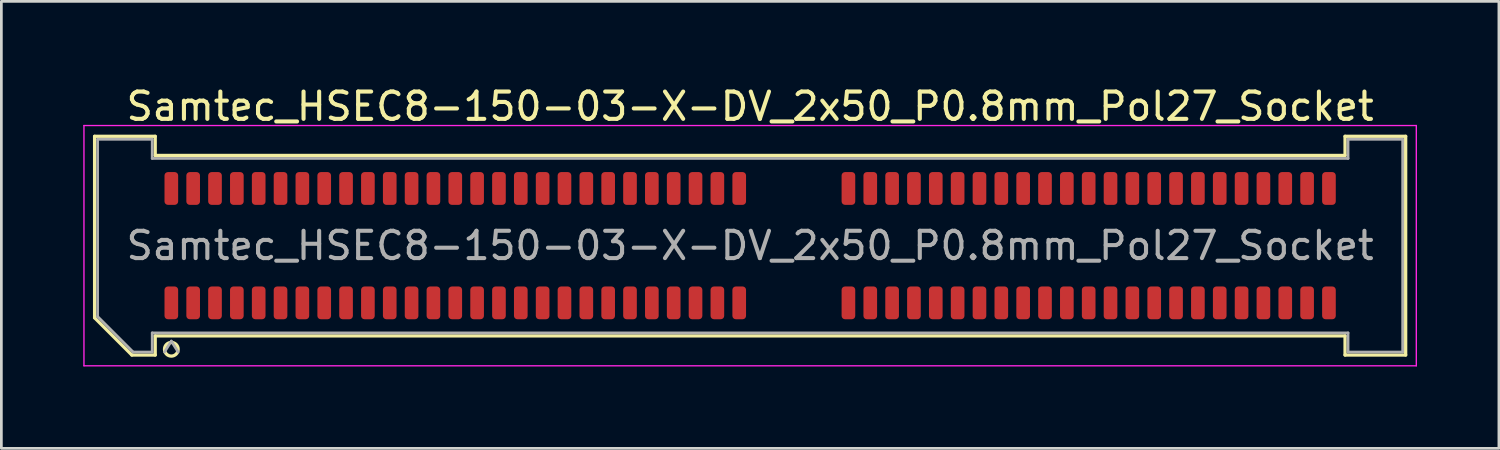
<source format=kicad_pcb>
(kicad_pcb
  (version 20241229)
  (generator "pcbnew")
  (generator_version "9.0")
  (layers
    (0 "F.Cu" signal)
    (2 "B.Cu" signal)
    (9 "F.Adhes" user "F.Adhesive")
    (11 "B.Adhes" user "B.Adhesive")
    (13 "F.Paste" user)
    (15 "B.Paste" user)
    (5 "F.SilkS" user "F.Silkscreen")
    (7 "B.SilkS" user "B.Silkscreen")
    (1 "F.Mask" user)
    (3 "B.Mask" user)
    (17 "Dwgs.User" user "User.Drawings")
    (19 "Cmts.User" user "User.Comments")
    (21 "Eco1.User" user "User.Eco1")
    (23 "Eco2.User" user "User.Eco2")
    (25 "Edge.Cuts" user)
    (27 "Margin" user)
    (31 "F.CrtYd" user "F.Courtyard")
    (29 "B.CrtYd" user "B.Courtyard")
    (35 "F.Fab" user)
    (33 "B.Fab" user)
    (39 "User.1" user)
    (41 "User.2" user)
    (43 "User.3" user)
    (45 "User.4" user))
  (footprint "Samtec_HSEC8-150-03-X-DV_2x50_P0.8mm_Pol27_Socket"
    (layer "F.Cu")
    (at 24.425 5.948)
    (property "Reference" "Samtec_HSEC8-150-03-X-DV_2x50_P0.8mm_Pol27_Socket" (at 0 -5.1 0) (layer "F.SilkS") (effects (font (size 1 1) (thickness 0.15))))
    (attr smd)
    (fp_line (start -24.01 -4.005) (end -21.79 -4.005) (stroke (width 0.12) (type solid)) (layer "F.SilkS"))
    (fp_line (start -24.01 2.641) (end -24.01 -4.005) (stroke (width 0.12) (type solid)) (layer "F.SilkS"))
    (fp_line (start -22.646 4.005) (end -24.01 2.641) (stroke (width 0.12) (type solid)) (layer "F.SilkS"))
    (fp_line (start -21.79 -4.005) (end -21.79 -3.305) (stroke (width 0.12) (type solid)) (layer "F.SilkS"))
    (fp_line (start -21.79 -3.305) (end 21.79 -3.305) (stroke (width 0.12) (type solid)) (layer "F.SilkS"))
    (fp_line (start -21.79 3.305) (end -21.79 4.005) (stroke (width 0.12) (type solid)) (layer "F.SilkS"))
    (fp_line (start -21.79 4.005) (end -22.646 4.005) (stroke (width 0.12) (type solid)) (layer "F.SilkS"))
    (fp_line (start 21.79 -4.005) (end 24.01 -4.005) (stroke (width 0.12) (type solid)) (layer "F.SilkS"))
    (fp_line (start 21.79 -3.305) (end 21.79 -4.005) (stroke (width 0.12) (type solid)) (layer "F.SilkS"))
    (fp_line (start 21.79 3.305) (end -21.79 3.305) (stroke (width 0.12) (type solid)) (layer "F.SilkS"))
    (fp_line (start 21.79 4.005) (end 21.79 3.305) (stroke (width 0.12) (type solid)) (layer "F.SilkS"))
    (fp_line (start 24.01 -4.005) (end 24.01 4.005) (stroke (width 0.12) (type solid)) (layer "F.SilkS"))
    (fp_line (start 24.01 4.005) (end 21.79 4.005) (stroke (width 0.12) (type solid)) (layer "F.SilkS"))
    (fp_arc (start -20.95 3.795) (mid -21.45 3.795) (end -20.95 3.795) (stroke (width 0.12) (type solid)) (layer "F.SilkS"))
    (fp_line (start -24.4 -4.4) (end -24.4 4.4) (stroke (width 0.05) (type solid)) (layer "F.CrtYd"))
    (fp_line (start -24.4 4.4) (end 24.4 4.4) (stroke (width 0.05) (type solid)) (layer "F.CrtYd"))
    (fp_line (start 24.4 -4.4) (end -24.4 -4.4) (stroke (width 0.05) (type solid)) (layer "F.CrtYd"))
    (fp_line (start 24.4 4.4) (end 24.4 -4.4) (stroke (width 0.05) (type solid)) (layer "F.CrtYd"))
    (fp_line (start -23.9 -3.895) (end -21.9 -3.895) (stroke (width 0.1) (type solid)) (layer "F.Fab"))
    (fp_line (start -23.9 2.595) (end -23.9 -3.895) (stroke (width 0.1) (type solid)) (layer "F.Fab"))
    (fp_line (start -22.6 3.895) (end -23.9 2.595) (stroke (width 0.1) (type solid)) (layer "F.Fab"))
    (fp_line (start -21.9 -3.895) (end -21.9 -3.195) (stroke (width 0.1) (type solid)) (layer "F.Fab"))
    (fp_line (start -21.9 -3.195) (end 21.9 -3.195) (stroke (width 0.1) (type solid)) (layer "F.Fab"))
    (fp_line (start -21.9 3.195) (end -21.9 3.895) (stroke (width 0.1) (type solid)) (layer "F.Fab"))
    (fp_line (start -21.9 3.895) (end -22.6 3.895) (stroke (width 0.1) (type solid)) (layer "F.Fab"))
    (fp_line (start -21.2 3.495) (end -21.45 3.895) (stroke (width 0.1) (type solid)) (layer "F.Fab"))
    (fp_line (start -21.2 3.495) (end -20.95 3.895) (stroke (width 0.1) (type solid)) (layer "F.Fab"))
    (fp_line (start 21.9 -3.895) (end 23.9 -3.895) (stroke (width 0.1) (type solid)) (layer "F.Fab"))
    (fp_line (start 21.9 -3.195) (end 21.9 -3.895) (stroke (width 0.1) (type solid)) (layer "F.Fab"))
    (fp_line (start 21.9 3.195) (end -21.9 3.195) (stroke (width 0.1) (type solid)) (layer "F.Fab"))
    (fp_line (start 21.9 3.895) (end 21.9 3.195) (stroke (width 0.1) (type solid)) (layer "F.Fab"))
    (fp_line (start 23.9 -3.895) (end 23.9 3.895) (stroke (width 0.1) (type solid)) (layer "F.Fab"))
    (fp_line (start 23.9 3.895) (end 21.9 3.895) (stroke (width 0.1) (type solid)) (layer "F.Fab"))
    (fp_text user "${REFERENCE}" (at 0 0 0) (layer "F.Fab") (effects (font (size 1 1) (thickness 0.15))))
    (pad "1" smd roundrect (at -21.2 2.095) (size 0.5 1.2) (layers "F.Cu" "F.Mask" "F.Paste") (roundrect_rratio 0.25))
    (pad "2" smd roundrect (at -21.2 -2.095) (size 0.5 1.2) (layers "F.Cu" "F.Mask" "F.Paste") (roundrect_rratio 0.25))
    (pad "3" smd roundrect (at -20.4 2.095) (size 0.5 1.2) (layers "F.Cu" "F.Mask" "F.Paste") (roundrect_rratio 0.25))
    (pad "4" smd roundrect (at -20.4 -2.095) (size 0.5 1.2) (layers "F.Cu" "F.Mask" "F.Paste") (roundrect_rratio 0.25))
    (pad "5" smd roundrect (at -19.6 2.095) (size 0.5 1.2) (layers "F.Cu" "F.Mask" "F.Paste") (roundrect_rratio 0.25))
    (pad "6" smd roundrect (at -19.6 -2.095) (size 0.5 1.2) (layers "F.Cu" "F.Mask" "F.Paste") (roundrect_rratio 0.25))
    (pad "7" smd roundrect (at -18.8 2.095) (size 0.5 1.2) (layers "F.Cu" "F.Mask" "F.Paste") (roundrect_rratio 0.25))
    (pad "8" smd roundrect (at -18.8 -2.095) (size 0.5 1.2) (layers "F.Cu" "F.Mask" "F.Paste") (roundrect_rratio 0.25))
    (pad "9" smd roundrect (at -18 2.095) (size 0.5 1.2) (layers "F.Cu" "F.Mask" "F.Paste") (roundrect_rratio 0.25))
    (pad "10" smd roundrect (at -18 -2.095) (size 0.5 1.2) (layers "F.Cu" "F.Mask" "F.Paste") (roundrect_rratio 0.25))
    (pad "11" smd roundrect (at -17.2 2.095) (size 0.5 1.2) (layers "F.Cu" "F.Mask" "F.Paste") (roundrect_rratio 0.25))
    (pad "12" smd roundrect (at -17.2 -2.095) (size 0.5 1.2) (layers "F.Cu" "F.Mask" "F.Paste") (roundrect_rratio 0.25))
    (pad "13" smd roundrect (at -16.4 2.095) (size 0.5 1.2) (layers "F.Cu" "F.Mask" "F.Paste") (roundrect_rratio 0.25))
    (pad "14" smd roundrect (at -16.4 -2.095) (size 0.5 1.2) (layers "F.Cu" "F.Mask" "F.Paste") (roundrect_rratio 0.25))
    (pad "15" smd roundrect (at -15.6 2.095) (size 0.5 1.2) (layers "F.Cu" "F.Mask" "F.Paste") (roundrect_rratio 0.25))
    (pad "16" smd roundrect (at -15.6 -2.095) (size 0.5 1.2) (layers "F.Cu" "F.Mask" "F.Paste") (roundrect_rratio 0.25))
    (pad "17" smd roundrect (at -14.8 2.095) (size 0.5 1.2) (layers "F.Cu" "F.Mask" "F.Paste") (roundrect_rratio 0.25))
    (pad "18" smd roundrect (at -14.8 -2.095) (size 0.5 1.2) (layers "F.Cu" "F.Mask" "F.Paste") (roundrect_rratio 0.25))
    (pad "19" smd roundrect (at -14 2.095) (size 0.5 1.2) (layers "F.Cu" "F.Mask" "F.Paste") (roundrect_rratio 0.25))
    (pad "20" smd roundrect (at -14 -2.095) (size 0.5 1.2) (layers "F.Cu" "F.Mask" "F.Paste") (roundrect_rratio 0.25))
    (pad "21" smd roundrect (at -13.2 2.095) (size 0.5 1.2) (layers "F.Cu" "F.Mask" "F.Paste") (roundrect_rratio 0.25))
    (pad "22" smd roundrect (at -13.2 -2.095) (size 0.5 1.2) (layers "F.Cu" "F.Mask" "F.Paste") (roundrect_rratio 0.25))
    (pad "23" smd roundrect (at -12.4 2.095) (size 0.5 1.2) (layers "F.Cu" "F.Mask" "F.Paste") (roundrect_rratio 0.25))
    (pad "24" smd roundrect (at -12.4 -2.095) (size 0.5 1.2) (layers "F.Cu" "F.Mask" "F.Paste") (roundrect_rratio 0.25))
    (pad "25" smd roundrect (at -11.6 2.095) (size 0.5 1.2) (layers "F.Cu" "F.Mask" "F.Paste") (roundrect_rratio 0.25))
    (pad "26" smd roundrect (at -11.6 -2.095) (size 0.5 1.2) (layers "F.Cu" "F.Mask" "F.Paste") (roundrect_rratio 0.25))
    (pad "27" smd roundrect (at -10.8 2.095) (size 0.5 1.2) (layers "F.Cu" "F.Mask" "F.Paste") (roundrect_rratio 0.25))
    (pad "28" smd roundrect (at -10.8 -2.095) (size 0.5 1.2) (layers "F.Cu" "F.Mask" "F.Paste") (roundrect_rratio 0.25))
    (pad "29" smd roundrect (at -10 2.095) (size 0.5 1.2) (layers "F.Cu" "F.Mask" "F.Paste") (roundrect_rratio 0.25))
    (pad "30" smd roundrect (at -10 -2.095) (size 0.5 1.2) (layers "F.Cu" "F.Mask" "F.Paste") (roundrect_rratio 0.25))
    (pad "31" smd roundrect (at -9.2 2.095) (size 0.5 1.2) (layers "F.Cu" "F.Mask" "F.Paste") (roundrect_rratio 0.25))
    (pad "32" smd roundrect (at -9.2 -2.095) (size 0.5 1.2) (layers "F.Cu" "F.Mask" "F.Paste") (roundrect_rratio 0.25))
    (pad "33" smd roundrect (at -8.4 2.095) (size 0.5 1.2) (layers "F.Cu" "F.Mask" "F.Paste") (roundrect_rratio 0.25))
    (pad "34" smd roundrect (at -8.4 -2.095) (size 0.5 1.2) (layers "F.Cu" "F.Mask" "F.Paste") (roundrect_rratio 0.25))
    (pad "35" smd roundrect (at -7.6 2.095) (size 0.5 1.2) (layers "F.Cu" "F.Mask" "F.Paste") (roundrect_rratio 0.25))
    (pad "36" smd roundrect (at -7.6 -2.095) (size 0.5 1.2) (layers "F.Cu" "F.Mask" "F.Paste") (roundrect_rratio 0.25))
    (pad "37" smd roundrect (at -6.8 2.095) (size 0.5 1.2) (layers "F.Cu" "F.Mask" "F.Paste") (roundrect_rratio 0.25))
    (pad "38" smd roundrect (at -6.8 -2.095) (size 0.5 1.2) (layers "F.Cu" "F.Mask" "F.Paste") (roundrect_rratio 0.25))
    (pad "39" smd roundrect (at -6 2.095) (size 0.5 1.2) (layers "F.Cu" "F.Mask" "F.Paste") (roundrect_rratio 0.25))
    (pad "40" smd roundrect (at -6 -2.095) (size 0.5 1.2) (layers "F.Cu" "F.Mask" "F.Paste") (roundrect_rratio 0.25))
    (pad "41" smd roundrect (at -5.2 2.095) (size 0.5 1.2) (layers "F.Cu" "F.Mask" "F.Paste") (roundrect_rratio 0.25))
    (pad "42" smd roundrect (at -5.2 -2.095) (size 0.5 1.2) (layers "F.Cu" "F.Mask" "F.Paste") (roundrect_rratio 0.25))
    (pad "43" smd roundrect (at -4.4 2.095) (size 0.5 1.2) (layers "F.Cu" "F.Mask" "F.Paste") (roundrect_rratio 0.25))
    (pad "44" smd roundrect (at -4.4 -2.095) (size 0.5 1.2) (layers "F.Cu" "F.Mask" "F.Paste") (roundrect_rratio 0.25))
    (pad "45" smd roundrect (at -3.6 2.095) (size 0.5 1.2) (layers "F.Cu" "F.Mask" "F.Paste") (roundrect_rratio 0.25))
    (pad "46" smd roundrect (at -3.6 -2.095) (size 0.5 1.2) (layers "F.Cu" "F.Mask" "F.Paste") (roundrect_rratio 0.25))
    (pad "47" smd roundrect (at -2.8 2.095) (size 0.5 1.2) (layers "F.Cu" "F.Mask" "F.Paste") (roundrect_rratio 0.25))
    (pad "48" smd roundrect (at -2.8 -2.095) (size 0.5 1.2) (layers "F.Cu" "F.Mask" "F.Paste") (roundrect_rratio 0.25))
    (pad "49" smd roundrect (at -2 2.095) (size 0.5 1.2) (layers "F.Cu" "F.Mask" "F.Paste") (roundrect_rratio 0.25))
    (pad "50" smd roundrect (at -2 -2.095) (size 0.5 1.2) (layers "F.Cu" "F.Mask" "F.Paste") (roundrect_rratio 0.25))
    (pad "51" smd roundrect (at -1.2 2.095) (size 0.5 1.2) (layers "F.Cu" "F.Mask" "F.Paste") (roundrect_rratio 0.25))
    (pad "52" smd roundrect (at -1.2 -2.095) (size 0.5 1.2) (layers "F.Cu" "F.Mask" "F.Paste") (roundrect_rratio 0.25))
    (pad "53" smd roundrect (at -0.4 2.095) (size 0.5 1.2) (layers "F.Cu" "F.Mask" "F.Paste") (roundrect_rratio 0.25))
    (pad "54" smd roundrect (at -0.4 -2.095) (size 0.5 1.2) (layers "F.Cu" "F.Mask" "F.Paste") (roundrect_rratio 0.25))
    (pad "55" smd roundrect (at 3.6 2.095) (size 0.5 1.2) (layers "F.Cu" "F.Mask" "F.Paste") (roundrect_rratio 0.25))
    (pad "56" smd roundrect (at 3.6 -2.095) (size 0.5 1.2) (layers "F.Cu" "F.Mask" "F.Paste") (roundrect_rratio 0.25))
    (pad "57" smd roundrect (at 4.4 2.095) (size 0.5 1.2) (layers "F.Cu" "F.Mask" "F.Paste") (roundrect_rratio 0.25))
    (pad "58" smd roundrect (at 4.4 -2.095) (size 0.5 1.2) (layers "F.Cu" "F.Mask" "F.Paste") (roundrect_rratio 0.25))
    (pad "59" smd roundrect (at 5.2 2.095) (size 0.5 1.2) (layers "F.Cu" "F.Mask" "F.Paste") (roundrect_rratio 0.25))
    (pad "60" smd roundrect (at 5.2 -2.095) (size 0.5 1.2) (layers "F.Cu" "F.Mask" "F.Paste") (roundrect_rratio 0.25))
    (pad "61" smd roundrect (at 6 2.095) (size 0.5 1.2) (layers "F.Cu" "F.Mask" "F.Paste") (roundrect_rratio 0.25))
    (pad "62" smd roundrect (at 6 -2.095) (size 0.5 1.2) (layers "F.Cu" "F.Mask" "F.Paste") (roundrect_rratio 0.25))
    (pad "63" smd roundrect (at 6.8 2.095) (size 0.5 1.2) (layers "F.Cu" "F.Mask" "F.Paste") (roundrect_rratio 0.25))
    (pad "64" smd roundrect (at 6.8 -2.095) (size 0.5 1.2) (layers "F.Cu" "F.Mask" "F.Paste") (roundrect_rratio 0.25))
    (pad "65" smd roundrect (at 7.6 2.095) (size 0.5 1.2) (layers "F.Cu" "F.Mask" "F.Paste") (roundrect_rratio 0.25))
    (pad "66" smd roundrect (at 7.6 -2.095) (size 0.5 1.2) (layers "F.Cu" "F.Mask" "F.Paste") (roundrect_rratio 0.25))
    (pad "67" smd roundrect (at 8.4 2.095) (size 0.5 1.2) (layers "F.Cu" "F.Mask" "F.Paste") (roundrect_rratio 0.25))
    (pad "68" smd roundrect (at 8.4 -2.095) (size 0.5 1.2) (layers "F.Cu" "F.Mask" "F.Paste") (roundrect_rratio 0.25))
    (pad "69" smd roundrect (at 9.2 2.095) (size 0.5 1.2) (layers "F.Cu" "F.Mask" "F.Paste") (roundrect_rratio 0.25))
    (pad "70" smd roundrect (at 9.2 -2.095) (size 0.5 1.2) (layers "F.Cu" "F.Mask" "F.Paste") (roundrect_rratio 0.25))
    (pad "71" smd roundrect (at 10 2.095) (size 0.5 1.2) (layers "F.Cu" "F.Mask" "F.Paste") (roundrect_rratio 0.25))
    (pad "72" smd roundrect (at 10 -2.095) (size 0.5 1.2) (layers "F.Cu" "F.Mask" "F.Paste") (roundrect_rratio 0.25))
    (pad "73" smd roundrect (at 10.8 2.095) (size 0.5 1.2) (layers "F.Cu" "F.Mask" "F.Paste") (roundrect_rratio 0.25))
    (pad "74" smd roundrect (at 10.8 -2.095) (size 0.5 1.2) (layers "F.Cu" "F.Mask" "F.Paste") (roundrect_rratio 0.25))
    (pad "75" smd roundrect (at 11.6 2.095) (size 0.5 1.2) (layers "F.Cu" "F.Mask" "F.Paste") (roundrect_rratio 0.25))
    (pad "76" smd roundrect (at 11.6 -2.095) (size 0.5 1.2) (layers "F.Cu" "F.Mask" "F.Paste") (roundrect_rratio 0.25))
    (pad "77" smd roundrect (at 12.4 2.095) (size 0.5 1.2) (layers "F.Cu" "F.Mask" "F.Paste") (roundrect_rratio 0.25))
    (pad "78" smd roundrect (at 12.4 -2.095) (size 0.5 1.2) (layers "F.Cu" "F.Mask" "F.Paste") (roundrect_rratio 0.25))
    (pad "79" smd roundrect (at 13.2 2.095) (size 0.5 1.2) (layers "F.Cu" "F.Mask" "F.Paste") (roundrect_rratio 0.25))
    (pad "80" smd roundrect (at 13.2 -2.095) (size 0.5 1.2) (layers "F.Cu" "F.Mask" "F.Paste") (roundrect_rratio 0.25))
    (pad "81" smd roundrect (at 14 2.095) (size 0.5 1.2) (layers "F.Cu" "F.Mask" "F.Paste") (roundrect_rratio 0.25))
    (pad "82" smd roundrect (at 14 -2.095) (size 0.5 1.2) (layers "F.Cu" "F.Mask" "F.Paste") (roundrect_rratio 0.25))
    (pad "83" smd roundrect (at 14.8 2.095) (size 0.5 1.2) (layers "F.Cu" "F.Mask" "F.Paste") (roundrect_rratio 0.25))
    (pad "84" smd roundrect (at 14.8 -2.095) (size 0.5 1.2) (layers "F.Cu" "F.Mask" "F.Paste") (roundrect_rratio 0.25))
    (pad "85" smd roundrect (at 15.6 2.095) (size 0.5 1.2) (layers "F.Cu" "F.Mask" "F.Paste") (roundrect_rratio 0.25))
    (pad "86" smd roundrect (at 15.6 -2.095) (size 0.5 1.2) (layers "F.Cu" "F.Mask" "F.Paste") (roundrect_rratio 0.25))
    (pad "87" smd roundrect (at 16.4 2.095) (size 0.5 1.2) (layers "F.Cu" "F.Mask" "F.Paste") (roundrect_rratio 0.25))
    (pad "88" smd roundrect (at 16.4 -2.095) (size 0.5 1.2) (layers "F.Cu" "F.Mask" "F.Paste") (roundrect_rratio 0.25))
    (pad "89" smd roundrect (at 17.2 2.095) (size 0.5 1.2) (layers "F.Cu" "F.Mask" "F.Paste") (roundrect_rratio 0.25))
    (pad "90" smd roundrect (at 17.2 -2.095) (size 0.5 1.2) (layers "F.Cu" "F.Mask" "F.Paste") (roundrect_rratio 0.25))
    (pad "91" smd roundrect (at 18 2.095) (size 0.5 1.2) (layers "F.Cu" "F.Mask" "F.Paste") (roundrect_rratio 0.25))
    (pad "92" smd roundrect (at 18 -2.095) (size 0.5 1.2) (layers "F.Cu" "F.Mask" "F.Paste") (roundrect_rratio 0.25))
    (pad "93" smd roundrect (at 18.8 2.095) (size 0.5 1.2) (layers "F.Cu" "F.Mask" "F.Paste") (roundrect_rratio 0.25))
    (pad "94" smd roundrect (at 18.8 -2.095) (size 0.5 1.2) (layers "F.Cu" "F.Mask" "F.Paste") (roundrect_rratio 0.25))
    (pad "95" smd roundrect (at 19.6 2.095) (size 0.5 1.2) (layers "F.Cu" "F.Mask" "F.Paste") (roundrect_rratio 0.25))
    (pad "96" smd roundrect (at 19.6 -2.095) (size 0.5 1.2) (layers "F.Cu" "F.Mask" "F.Paste") (roundrect_rratio 0.25))
    (pad "97" smd roundrect (at 20.4 2.095) (size 0.5 1.2) (layers "F.Cu" "F.Mask" "F.Paste") (roundrect_rratio 0.25))
    (pad "98" smd roundrect (at 20.4 -2.095) (size 0.5 1.2) (layers "F.Cu" "F.Mask" "F.Paste") (roundrect_rratio 0.25))
    (pad "99" smd roundrect (at 21.2 2.095) (size 0.5 1.2) (layers "F.Cu" "F.Mask" "F.Paste") (roundrect_rratio 0.25))
    (pad "100" smd roundrect (at 21.2 -2.095) (size 0.5 1.2) (layers "F.Cu" "F.Mask" "F.Paste") (roundrect_rratio 0.25)))
  (gr_rect
    (start -3 -3)
    (end 51.85 13.373)
    (stroke (width 0.1) (type default))
    (fill no)
    (layer "Edge.Cuts")))
</source>
